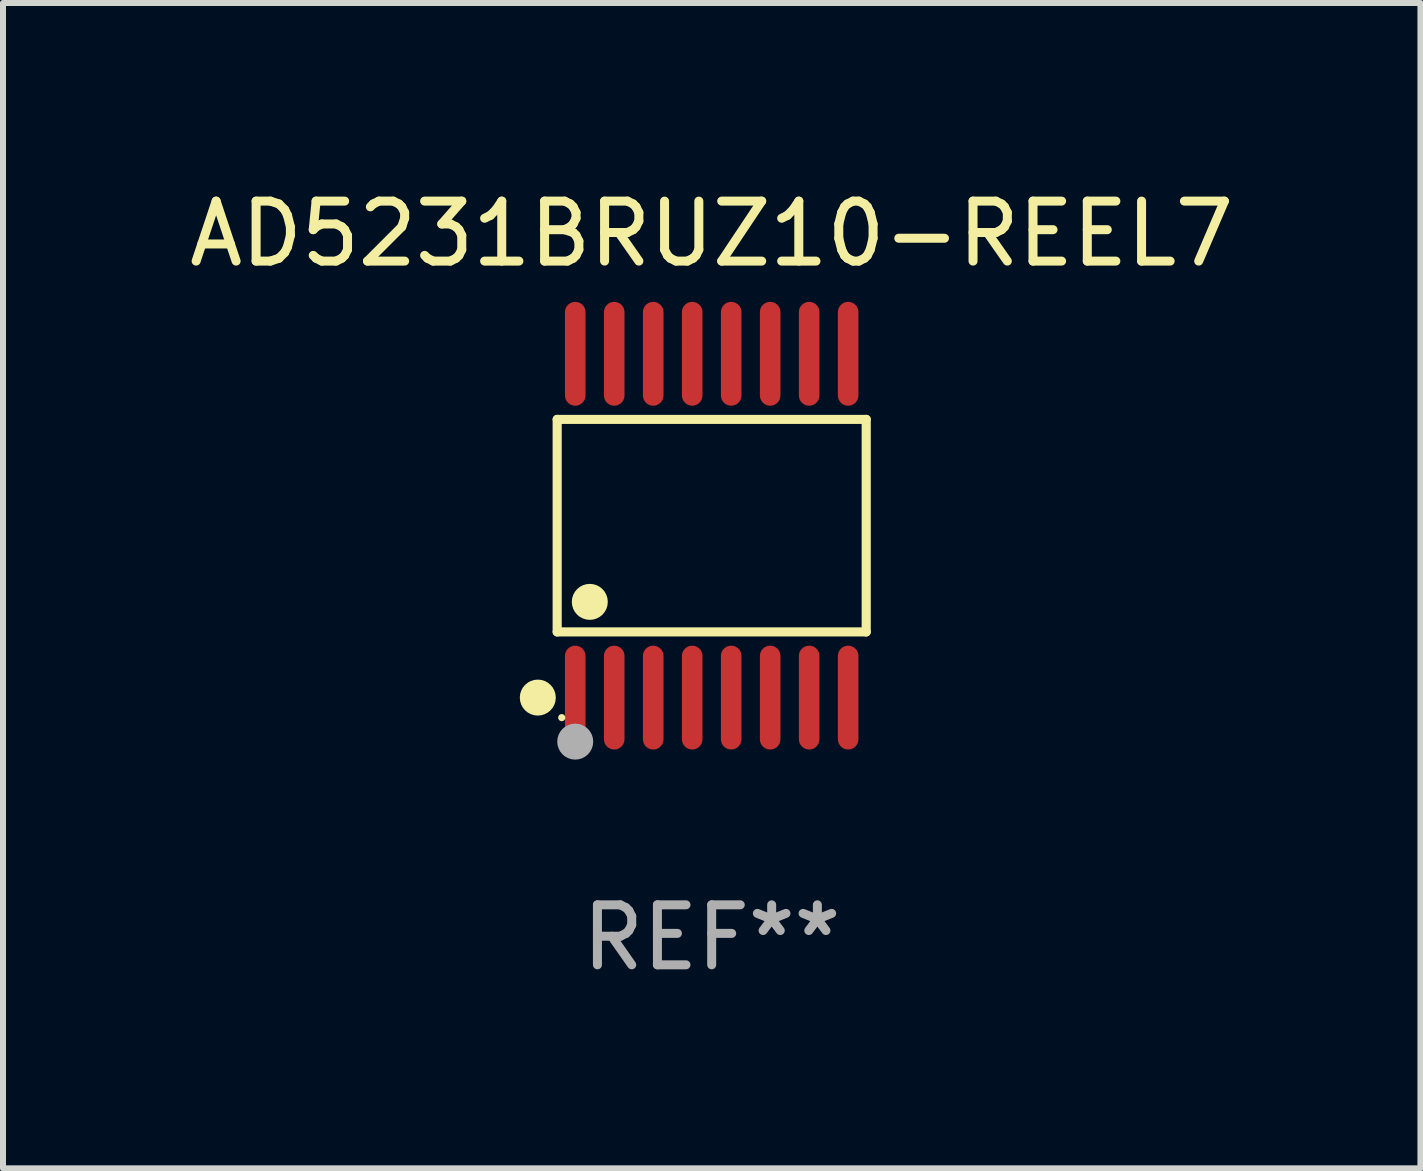
<source format=kicad_pcb>
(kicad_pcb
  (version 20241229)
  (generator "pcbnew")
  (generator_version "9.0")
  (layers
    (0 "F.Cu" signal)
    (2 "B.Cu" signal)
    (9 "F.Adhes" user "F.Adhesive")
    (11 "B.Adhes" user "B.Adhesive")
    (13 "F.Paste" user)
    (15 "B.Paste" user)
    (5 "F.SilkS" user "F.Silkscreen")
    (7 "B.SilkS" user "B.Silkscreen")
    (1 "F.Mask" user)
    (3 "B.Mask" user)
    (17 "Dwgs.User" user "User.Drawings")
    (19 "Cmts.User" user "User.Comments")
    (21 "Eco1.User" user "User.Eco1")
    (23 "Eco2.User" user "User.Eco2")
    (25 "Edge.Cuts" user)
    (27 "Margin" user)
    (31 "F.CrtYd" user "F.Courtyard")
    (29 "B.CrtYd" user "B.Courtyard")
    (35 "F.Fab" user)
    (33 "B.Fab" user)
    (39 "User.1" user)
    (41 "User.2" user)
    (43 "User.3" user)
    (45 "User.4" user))
  (footprint "AD5231BRUZ10-REEL7"
    (layer "F.Cu")
    (at 8.815 5.714)
    (property "Reference" "AD5231BRUZ10-REEL7" (at 0 -4.866 0) (layer "F.SilkS") (effects (font (size 1 1) (thickness 0.15))))
    (attr through_hole)
    (fp_line (start -2.576 -1.772) (end 2.576 -1.772) (stroke (width 0.152) (type solid)) (layer "F.SilkS"))
    (fp_line (start -2.576 1.771) (end -2.576 -1.772) (stroke (width 0.152) (type solid)) (layer "F.SilkS"))
    (fp_line (start 2.576 -1.772) (end 2.576 1.771) (stroke (width 0.152) (type solid)) (layer "F.SilkS"))
    (fp_line (start 2.576 1.771) (end -2.576 1.771) (stroke (width 0.152) (type solid)) (layer "F.SilkS"))
    (fp_circle (center -2.899 2.866) (end -2.749 2.866) (stroke (width 0.3) (type solid)) (fill no) (layer "F.SilkS"))
    (fp_circle (center -2.5 3.2) (end -2.47 3.2) (stroke (width 0.06) (type solid)) (fill no) (layer "F.SilkS"))
    (fp_circle (center -2.032 1.27) (end -1.882 1.27) (stroke (width 0.3) (type solid)) (fill no) (layer "F.SilkS"))
    (fp_circle (center -2.275 3.6) (end -2.125 3.6) (stroke (width 0.3) (type solid)) (fill no) (layer "F.Fab"))
    (fp_text user "REF**" (at 0 6.866 0) (layer "F.Fab") (effects (font (size 1 1) (thickness 0.15))))
    (pad "1" smd oval (at -2.275 2.866) (size 0.343 1.731) (layers "F.Cu" "F.Mask" "F.Paste"))
    (pad "2" smd oval (at -1.625 2.866) (size 0.343 1.731) (layers "F.Cu" "F.Mask" "F.Paste"))
    (pad "3" smd oval (at -0.975 2.866) (size 0.343 1.731) (layers "F.Cu" "F.Mask" "F.Paste"))
    (pad "4" smd oval (at -0.325 2.866) (size 0.343 1.731) (layers "F.Cu" "F.Mask" "F.Paste"))
    (pad "5" smd oval (at 0.325 2.866) (size 0.343 1.731) (layers "F.Cu" "F.Mask" "F.Paste"))
    (pad "6" smd oval (at 0.975 2.866) (size 0.343 1.731) (layers "F.Cu" "F.Mask" "F.Paste"))
    (pad "7" smd oval (at 1.625 2.866) (size 0.343 1.731) (layers "F.Cu" "F.Mask" "F.Paste"))
    (pad "8" smd oval (at 2.275 2.866) (size 0.343 1.731) (layers "F.Cu" "F.Mask" "F.Paste"))
    (pad "9" smd oval (at 2.275 -2.866) (size 0.343 1.731) (layers "F.Cu" "F.Mask" "F.Paste"))
    (pad "10" smd oval (at 1.625 -2.866) (size 0.343 1.731) (layers "F.Cu" "F.Mask" "F.Paste"))
    (pad "11" smd oval (at 0.975 -2.866) (size 0.343 1.731) (layers "F.Cu" "F.Mask" "F.Paste"))
    (pad "12" smd oval (at 0.325 -2.866) (size 0.343 1.731) (layers "F.Cu" "F.Mask" "F.Paste"))
    (pad "13" smd oval (at -0.325 -2.866) (size 0.343 1.731) (layers "F.Cu" "F.Mask" "F.Paste"))
    (pad "14" smd oval (at -0.975 -2.866) (size 0.343 1.731) (layers "F.Cu" "F.Mask" "F.Paste"))
    (pad "15" smd oval (at -1.625 -2.866) (size 0.343 1.731) (layers "F.Cu" "F.Mask" "F.Paste"))
    (pad "16" smd oval (at -2.275 -2.866) (size 0.343 1.731) (layers "F.Cu" "F.Mask" "F.Paste")))
  (gr_rect
    (start -3 -3)
    (end 20.631 16.428)
    (stroke (width 0.1) (type default))
    (fill no)
    (layer "Edge.Cuts")))
</source>
